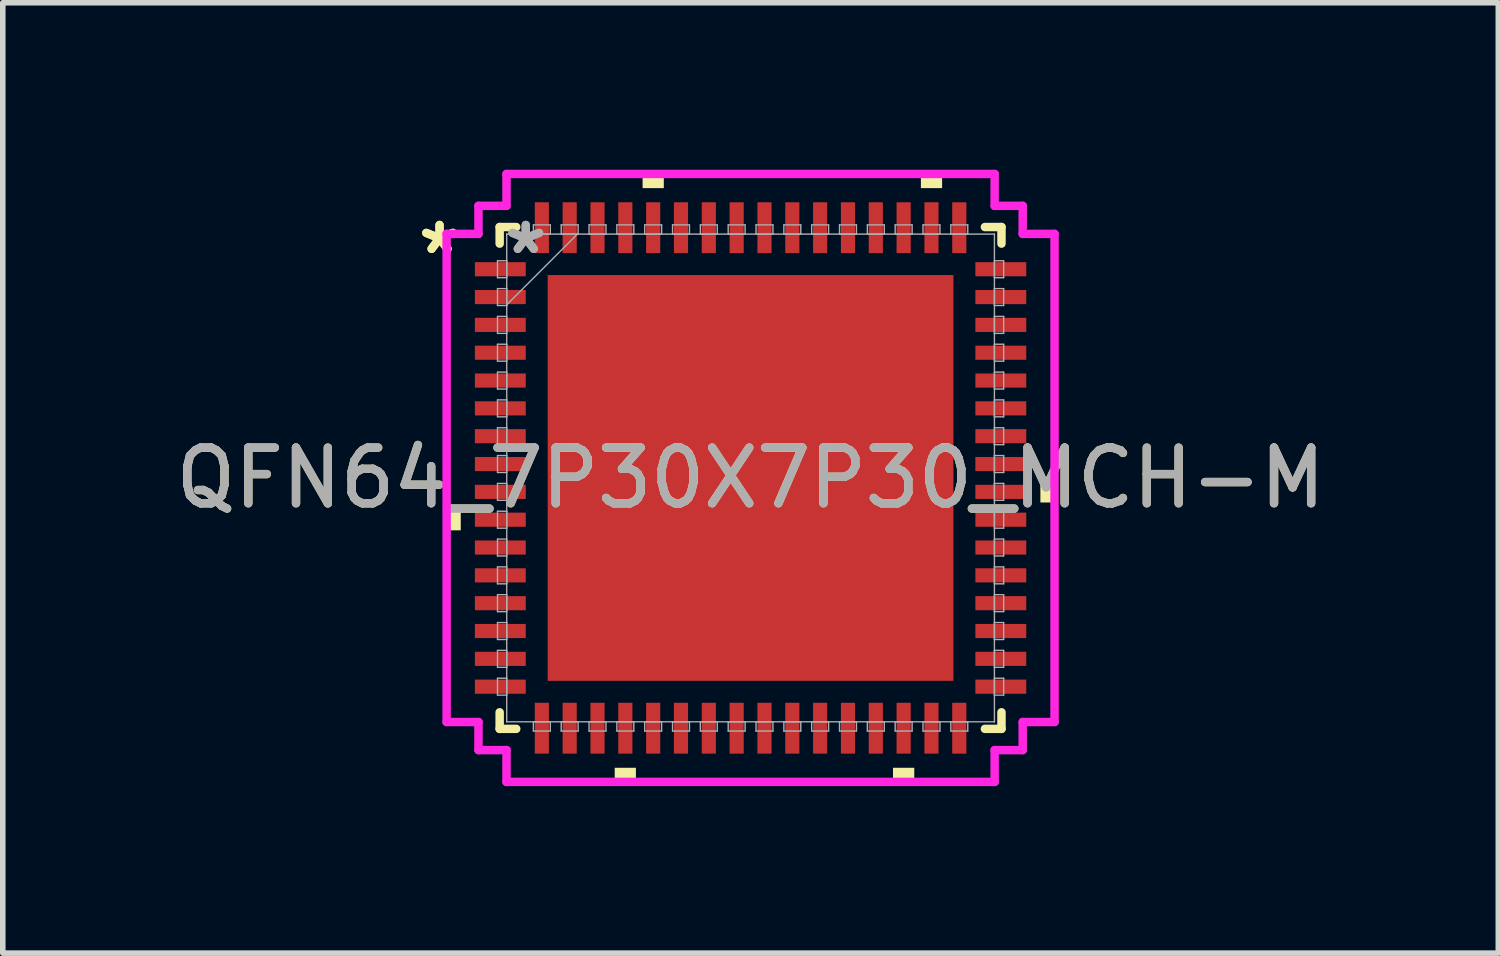
<source format=kicad_pcb>
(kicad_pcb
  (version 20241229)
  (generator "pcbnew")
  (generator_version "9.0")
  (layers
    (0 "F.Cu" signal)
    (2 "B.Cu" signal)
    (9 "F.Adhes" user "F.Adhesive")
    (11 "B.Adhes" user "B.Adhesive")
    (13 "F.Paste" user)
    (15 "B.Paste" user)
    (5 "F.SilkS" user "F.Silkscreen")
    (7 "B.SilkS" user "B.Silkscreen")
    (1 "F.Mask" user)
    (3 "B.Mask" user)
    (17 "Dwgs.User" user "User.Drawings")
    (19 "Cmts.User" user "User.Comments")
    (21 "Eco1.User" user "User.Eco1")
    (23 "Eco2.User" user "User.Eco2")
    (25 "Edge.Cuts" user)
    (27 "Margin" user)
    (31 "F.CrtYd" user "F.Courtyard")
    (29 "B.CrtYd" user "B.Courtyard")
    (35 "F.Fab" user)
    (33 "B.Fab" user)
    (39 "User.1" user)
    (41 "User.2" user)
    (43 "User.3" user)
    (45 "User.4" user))
  (footprint "QFN64_7P30X7P30_MCH-M"
    (layer "F.Cu")
    (at 10.435 5.537)
    (property "Reference" "QFN64_7P30X7P30_MCH-M" (at 0 0 0) (unlocked yes) (layer "F.SilkS") (effects (font (size 1 1) (thickness 0.15))))
    (attr smd)
    (fp_line (start -4.508 -4.508) (end -4.508 -4.21) (stroke (width 0.152) (type solid)) (layer "F.SilkS"))
    (fp_line (start -4.508 4.21) (end -4.508 4.508) (stroke (width 0.152) (type solid)) (layer "F.SilkS"))
    (fp_line (start -4.508 4.508) (end -4.21 4.508) (stroke (width 0.152) (type solid)) (layer "F.SilkS"))
    (fp_line (start -4.21 -4.508) (end -4.508 -4.508) (stroke (width 0.152) (type solid)) (layer "F.SilkS"))
    (fp_line (start 4.21 4.508) (end 4.508 4.508) (stroke (width 0.152) (type solid)) (layer "F.SilkS"))
    (fp_line (start 4.508 -4.508) (end 4.21 -4.508) (stroke (width 0.152) (type solid)) (layer "F.SilkS"))
    (fp_line (start 4.508 -4.21) (end 4.508 -4.508) (stroke (width 0.152) (type solid)) (layer "F.SilkS"))
    (fp_line (start 4.508 4.508) (end 4.508 4.21) (stroke (width 0.152) (type solid)) (layer "F.SilkS"))
    (fp_poly (pts (xy -5.461 0.56) (xy -5.461 0.941) (xy -5.207 0.941) (xy -5.207 0.56)) (stroke (width 0) (type solid)) (fill yes) (layer "F.SilkS"))
    (fp_poly (pts (xy -2.441 5.207) (xy -2.441 5.461) (xy -2.06 5.461) (xy -2.06 5.207)) (stroke (width 0) (type solid)) (fill yes) (layer "F.SilkS"))
    (fp_poly (pts (xy -1.94 -5.207) (xy -1.94 -5.461) (xy -1.559 -5.461) (xy -1.559 -5.207)) (stroke (width 0) (type solid)) (fill yes) (layer "F.SilkS"))
    (fp_poly (pts (xy 2.559 5.207) (xy 2.559 5.461) (xy 2.941 5.461) (xy 2.941 5.207)) (stroke (width 0) (type solid)) (fill yes) (layer "F.SilkS"))
    (fp_poly (pts (xy 3.06 -5.207) (xy 3.06 -5.461) (xy 3.441 -5.461) (xy 3.441 -5.207)) (stroke (width 0) (type solid)) (fill yes) (layer "F.SilkS"))
    (fp_poly (pts (xy 5.461 0.059) (xy 5.461 0.441) (xy 5.207 0.441) (xy 5.207 0.059)) (stroke (width 0) (type solid)) (fill yes) (layer "F.SilkS"))
    (fp_poly (pts (xy -3.545 -3.545) (xy -3.545 -2.287) (xy -2.287 -2.287) (xy -2.287 -3.545)) (stroke (width 0) (type solid)) (fill yes) (layer "F.Paste"))
    (fp_poly (pts (xy -3.545 -2.087) (xy -3.545 -0.829) (xy -2.287 -0.829) (xy -2.287 -2.087)) (stroke (width 0) (type solid)) (fill yes) (layer "F.Paste"))
    (fp_poly (pts (xy -3.545 -0.629) (xy -3.545 0.629) (xy -2.287 0.629) (xy -2.287 -0.629)) (stroke (width 0) (type solid)) (fill yes) (layer "F.Paste"))
    (fp_poly (pts (xy -3.545 0.829) (xy -3.545 2.087) (xy -2.287 2.087) (xy -2.287 0.829)) (stroke (width 0) (type solid)) (fill yes) (layer "F.Paste"))
    (fp_poly (pts (xy -3.545 2.287) (xy -3.545 3.545) (xy -2.287 3.545) (xy -2.287 2.287)) (stroke (width 0) (type solid)) (fill yes) (layer "F.Paste"))
    (fp_poly (pts (xy -2.087 -3.545) (xy -2.087 -2.287) (xy -0.829 -2.287) (xy -0.829 -3.545)) (stroke (width 0) (type solid)) (fill yes) (layer "F.Paste"))
    (fp_poly (pts (xy -2.087 -2.087) (xy -2.087 -0.829) (xy -0.829 -0.829) (xy -0.829 -2.087)) (stroke (width 0) (type solid)) (fill yes) (layer "F.Paste"))
    (fp_poly (pts (xy -2.087 -0.629) (xy -2.087 0.629) (xy -0.829 0.629) (xy -0.829 -0.629)) (stroke (width 0) (type solid)) (fill yes) (layer "F.Paste"))
    (fp_poly (pts (xy -2.087 0.829) (xy -2.087 2.087) (xy -0.829 2.087) (xy -0.829 0.829)) (stroke (width 0) (type solid)) (fill yes) (layer "F.Paste"))
    (fp_poly (pts (xy -2.087 2.287) (xy -2.087 3.545) (xy -0.829 3.545) (xy -0.829 2.287)) (stroke (width 0) (type solid)) (fill yes) (layer "F.Paste"))
    (fp_poly (pts (xy -0.629 -3.545) (xy -0.629 -2.287) (xy 0.629 -2.287) (xy 0.629 -3.545)) (stroke (width 0) (type solid)) (fill yes) (layer "F.Paste"))
    (fp_poly (pts (xy -0.629 -2.087) (xy -0.629 -0.829) (xy 0.629 -0.829) (xy 0.629 -2.087)) (stroke (width 0) (type solid)) (fill yes) (layer "F.Paste"))
    (fp_poly (pts (xy -0.629 -0.629) (xy -0.629 0.629) (xy 0.629 0.629) (xy 0.629 -0.629)) (stroke (width 0) (type solid)) (fill yes) (layer "F.Paste"))
    (fp_poly (pts (xy -0.629 0.829) (xy -0.629 2.087) (xy 0.629 2.087) (xy 0.629 0.829)) (stroke (width 0) (type solid)) (fill yes) (layer "F.Paste"))
    (fp_poly (pts (xy -0.629 2.287) (xy -0.629 3.545) (xy 0.629 3.545) (xy 0.629 2.287)) (stroke (width 0) (type solid)) (fill yes) (layer "F.Paste"))
    (fp_poly (pts (xy 0.829 -3.545) (xy 0.829 -2.287) (xy 2.087 -2.287) (xy 2.087 -3.545)) (stroke (width 0) (type solid)) (fill yes) (layer "F.Paste"))
    (fp_poly (pts (xy 0.829 -2.087) (xy 0.829 -0.829) (xy 2.087 -0.829) (xy 2.087 -2.087)) (stroke (width 0) (type solid)) (fill yes) (layer "F.Paste"))
    (fp_poly (pts (xy 0.829 -0.629) (xy 0.829 0.629) (xy 2.087 0.629) (xy 2.087 -0.629)) (stroke (width 0) (type solid)) (fill yes) (layer "F.Paste"))
    (fp_poly (pts (xy 0.829 0.829) (xy 0.829 2.087) (xy 2.087 2.087) (xy 2.087 0.829)) (stroke (width 0) (type solid)) (fill yes) (layer "F.Paste"))
    (fp_poly (pts (xy 0.829 2.287) (xy 0.829 3.545) (xy 2.087 3.545) (xy 2.087 2.287)) (stroke (width 0) (type solid)) (fill yes) (layer "F.Paste"))
    (fp_poly (pts (xy 2.287 -3.545) (xy 2.287 -2.287) (xy 3.545 -2.287) (xy 3.545 -3.545)) (stroke (width 0) (type solid)) (fill yes) (layer "F.Paste"))
    (fp_poly (pts (xy 2.287 -2.087) (xy 2.287 -0.829) (xy 3.545 -0.829) (xy 3.545 -2.087)) (stroke (width 0) (type solid)) (fill yes) (layer "F.Paste"))
    (fp_poly (pts (xy 2.287 -0.629) (xy 2.287 0.629) (xy 3.545 0.629) (xy 3.545 -0.629)) (stroke (width 0) (type solid)) (fill yes) (layer "F.Paste"))
    (fp_poly (pts (xy 2.287 0.829) (xy 2.287 2.087) (xy 3.545 2.087) (xy 3.545 0.829)) (stroke (width 0) (type solid)) (fill yes) (layer "F.Paste"))
    (fp_poly (pts (xy 2.287 2.287) (xy 2.287 3.545) (xy 3.545 3.545) (xy 3.545 2.287)) (stroke (width 0) (type solid)) (fill yes) (layer "F.Paste"))
    (fp_line (start -5.461 -4.385) (end -4.889 -4.385) (stroke (width 0.152) (type solid)) (layer "F.CrtYd"))
    (fp_line (start -5.461 4.385) (end -5.461 -4.385) (stroke (width 0.152) (type solid)) (layer "F.CrtYd"))
    (fp_line (start -4.889 -4.889) (end -4.385 -4.889) (stroke (width 0.152) (type solid)) (layer "F.CrtYd"))
    (fp_line (start -4.889 -4.385) (end -4.889 -4.889) (stroke (width 0.152) (type solid)) (layer "F.CrtYd"))
    (fp_line (start -4.889 4.385) (end -5.461 4.385) (stroke (width 0.152) (type solid)) (layer "F.CrtYd"))
    (fp_line (start -4.889 4.889) (end -4.889 4.385) (stroke (width 0.152) (type solid)) (layer "F.CrtYd"))
    (fp_line (start -4.385 -5.461) (end 4.385 -5.461) (stroke (width 0.152) (type solid)) (layer "F.CrtYd"))
    (fp_line (start -4.385 -4.889) (end -4.385 -5.461) (stroke (width 0.152) (type solid)) (layer "F.CrtYd"))
    (fp_line (start -4.385 4.889) (end -4.889 4.889) (stroke (width 0.152) (type solid)) (layer "F.CrtYd"))
    (fp_line (start -4.385 5.461) (end -4.385 4.889) (stroke (width 0.152) (type solid)) (layer "F.CrtYd"))
    (fp_line (start 4.385 -5.461) (end 4.385 -4.889) (stroke (width 0.152) (type solid)) (layer "F.CrtYd"))
    (fp_line (start 4.385 -4.889) (end 4.889 -4.889) (stroke (width 0.152) (type solid)) (layer "F.CrtYd"))
    (fp_line (start 4.385 4.889) (end 4.385 5.461) (stroke (width 0.152) (type solid)) (layer "F.CrtYd"))
    (fp_line (start 4.385 5.461) (end -4.385 5.461) (stroke (width 0.152) (type solid)) (layer "F.CrtYd"))
    (fp_line (start 4.889 -4.889) (end 4.889 -4.385) (stroke (width 0.152) (type solid)) (layer "F.CrtYd"))
    (fp_line (start 4.889 -4.385) (end 5.461 -4.385) (stroke (width 0.152) (type solid)) (layer "F.CrtYd"))
    (fp_line (start 4.889 4.385) (end 4.889 4.889) (stroke (width 0.152) (type solid)) (layer "F.CrtYd"))
    (fp_line (start 4.889 4.889) (end 4.385 4.889) (stroke (width 0.152) (type solid)) (layer "F.CrtYd"))
    (fp_line (start 5.461 -4.385) (end 5.461 4.385) (stroke (width 0.152) (type solid)) (layer "F.CrtYd"))
    (fp_line (start 5.461 4.385) (end 4.889 4.385) (stroke (width 0.152) (type solid)) (layer "F.CrtYd"))
    (fp_line (start -4.547 -3.902) (end -4.547 -3.598) (stroke (width 0.025) (type solid)) (layer "F.Fab"))
    (fp_line (start -4.547 -3.598) (end -4.381 -3.598) (stroke (width 0.025) (type solid)) (layer "F.Fab"))
    (fp_line (start -4.547 -3.402) (end -4.547 -3.098) (stroke (width 0.025) (type solid)) (layer "F.Fab"))
    (fp_line (start -4.547 -3.098) (end -4.381 -3.098) (stroke (width 0.025) (type solid)) (layer "F.Fab"))
    (fp_line (start -4.547 -2.902) (end -4.547 -2.598) (stroke (width 0.025) (type solid)) (layer "F.Fab"))
    (fp_line (start -4.547 -2.598) (end -4.381 -2.598) (stroke (width 0.025) (type solid)) (layer "F.Fab"))
    (fp_line (start -4.547 -2.402) (end -4.547 -2.098) (stroke (width 0.025) (type solid)) (layer "F.Fab"))
    (fp_line (start -4.547 -2.098) (end -4.381 -2.098) (stroke (width 0.025) (type solid)) (layer "F.Fab"))
    (fp_line (start -4.547 -1.902) (end -4.547 -1.598) (stroke (width 0.025) (type solid)) (layer "F.Fab"))
    (fp_line (start -4.547 -1.598) (end -4.381 -1.598) (stroke (width 0.025) (type solid)) (layer "F.Fab"))
    (fp_line (start -4.547 -1.402) (end -4.547 -1.098) (stroke (width 0.025) (type solid)) (layer "F.Fab"))
    (fp_line (start -4.547 -1.098) (end -4.381 -1.098) (stroke (width 0.025) (type solid)) (layer "F.Fab"))
    (fp_line (start -4.547 -0.902) (end -4.547 -0.598) (stroke (width 0.025) (type solid)) (layer "F.Fab"))
    (fp_line (start -4.547 -0.598) (end -4.381 -0.598) (stroke (width 0.025) (type solid)) (layer "F.Fab"))
    (fp_line (start -4.547 -0.402) (end -4.547 -0.098) (stroke (width 0.025) (type solid)) (layer "F.Fab"))
    (fp_line (start -4.547 -0.098) (end -4.381 -0.098) (stroke (width 0.025) (type solid)) (layer "F.Fab"))
    (fp_line (start -4.547 0.098) (end -4.547 0.402) (stroke (width 0.025) (type solid)) (layer "F.Fab"))
    (fp_line (start -4.547 0.402) (end -4.381 0.402) (stroke (width 0.025) (type solid)) (layer "F.Fab"))
    (fp_line (start -4.547 0.598) (end -4.547 0.902) (stroke (width 0.025) (type solid)) (layer "F.Fab"))
    (fp_line (start -4.547 0.902) (end -4.381 0.902) (stroke (width 0.025) (type solid)) (layer "F.Fab"))
    (fp_line (start -4.547 1.098) (end -4.547 1.402) (stroke (width 0.025) (type solid)) (layer "F.Fab"))
    (fp_line (start -4.547 1.402) (end -4.381 1.402) (stroke (width 0.025) (type solid)) (layer "F.Fab"))
    (fp_line (start -4.547 1.598) (end -4.547 1.902) (stroke (width 0.025) (type solid)) (layer "F.Fab"))
    (fp_line (start -4.547 1.902) (end -4.381 1.902) (stroke (width 0.025) (type solid)) (layer "F.Fab"))
    (fp_line (start -4.547 2.098) (end -4.547 2.402) (stroke (width 0.025) (type solid)) (layer "F.Fab"))
    (fp_line (start -4.547 2.402) (end -4.381 2.402) (stroke (width 0.025) (type solid)) (layer "F.Fab"))
    (fp_line (start -4.547 2.598) (end -4.547 2.902) (stroke (width 0.025) (type solid)) (layer "F.Fab"))
    (fp_line (start -4.547 2.902) (end -4.381 2.902) (stroke (width 0.025) (type solid)) (layer "F.Fab"))
    (fp_line (start -4.547 3.098) (end -4.547 3.402) (stroke (width 0.025) (type solid)) (layer "F.Fab"))
    (fp_line (start -4.547 3.402) (end -4.381 3.402) (stroke (width 0.025) (type solid)) (layer "F.Fab"))
    (fp_line (start -4.547 3.598) (end -4.547 3.902) (stroke (width 0.025) (type solid)) (layer "F.Fab"))
    (fp_line (start -4.547 3.902) (end -4.381 3.902) (stroke (width 0.025) (type solid)) (layer "F.Fab"))
    (fp_line (start -4.381 -4.381) (end -4.381 -4.381) (stroke (width 0.025) (type solid)) (layer "F.Fab"))
    (fp_line (start -4.381 -4.381) (end -4.381 4.381) (stroke (width 0.025) (type solid)) (layer "F.Fab"))
    (fp_line (start -4.381 -3.902) (end -4.547 -3.902) (stroke (width 0.025) (type solid)) (layer "F.Fab"))
    (fp_line (start -4.381 -3.598) (end -4.381 -3.902) (stroke (width 0.025) (type solid)) (layer "F.Fab"))
    (fp_line (start -4.381 -3.402) (end -4.547 -3.402) (stroke (width 0.025) (type solid)) (layer "F.Fab"))
    (fp_line (start -4.381 -3.111) (end -3.111 -4.381) (stroke (width 0.025) (type solid)) (layer "F.Fab"))
    (fp_line (start -4.381 -3.098) (end -4.381 -3.402) (stroke (width 0.025) (type solid)) (layer "F.Fab"))
    (fp_line (start -4.381 -2.902) (end -4.547 -2.902) (stroke (width 0.025) (type solid)) (layer "F.Fab"))
    (fp_line (start -4.381 -2.598) (end -4.381 -2.902) (stroke (width 0.025) (type solid)) (layer "F.Fab"))
    (fp_line (start -4.381 -2.402) (end -4.547 -2.402) (stroke (width 0.025) (type solid)) (layer "F.Fab"))
    (fp_line (start -4.381 -2.098) (end -4.381 -2.402) (stroke (width 0.025) (type solid)) (layer "F.Fab"))
    (fp_line (start -4.381 -1.902) (end -4.547 -1.902) (stroke (width 0.025) (type solid)) (layer "F.Fab"))
    (fp_line (start -4.381 -1.598) (end -4.381 -1.902) (stroke (width 0.025) (type solid)) (layer "F.Fab"))
    (fp_line (start -4.381 -1.402) (end -4.547 -1.402) (stroke (width 0.025) (type solid)) (layer "F.Fab"))
    (fp_line (start -4.381 -1.098) (end -4.381 -1.402) (stroke (width 0.025) (type solid)) (layer "F.Fab"))
    (fp_line (start -4.381 -0.902) (end -4.547 -0.902) (stroke (width 0.025) (type solid)) (layer "F.Fab"))
    (fp_line (start -4.381 -0.598) (end -4.381 -0.902) (stroke (width 0.025) (type solid)) (layer "F.Fab"))
    (fp_line (start -4.381 -0.402) (end -4.547 -0.402) (stroke (width 0.025) (type solid)) (layer "F.Fab"))
    (fp_line (start -4.381 -0.098) (end -4.381 -0.402) (stroke (width 0.025) (type solid)) (layer "F.Fab"))
    (fp_line (start -4.381 0.098) (end -4.547 0.098) (stroke (width 0.025) (type solid)) (layer "F.Fab"))
    (fp_line (start -4.381 0.402) (end -4.381 0.098) (stroke (width 0.025) (type solid)) (layer "F.Fab"))
    (fp_line (start -4.381 0.598) (end -4.547 0.598) (stroke (width 0.025) (type solid)) (layer "F.Fab"))
    (fp_line (start -4.381 0.902) (end -4.381 0.598) (stroke (width 0.025) (type solid)) (layer "F.Fab"))
    (fp_line (start -4.381 1.098) (end -4.547 1.098) (stroke (width 0.025) (type solid)) (layer "F.Fab"))
    (fp_line (start -4.381 1.402) (end -4.381 1.098) (stroke (width 0.025) (type solid)) (layer "F.Fab"))
    (fp_line (start -4.381 1.598) (end -4.547 1.598) (stroke (width 0.025) (type solid)) (layer "F.Fab"))
    (fp_line (start -4.381 1.902) (end -4.381 1.598) (stroke (width 0.025) (type solid)) (layer "F.Fab"))
    (fp_line (start -4.381 2.098) (end -4.547 2.098) (stroke (width 0.025) (type solid)) (layer "F.Fab"))
    (fp_line (start -4.381 2.402) (end -4.381 2.098) (stroke (width 0.025) (type solid)) (layer "F.Fab"))
    (fp_line (start -4.381 2.598) (end -4.547 2.598) (stroke (width 0.025) (type solid)) (layer "F.Fab"))
    (fp_line (start -4.381 2.902) (end -4.381 2.598) (stroke (width 0.025) (type solid)) (layer "F.Fab"))
    (fp_line (start -4.381 3.098) (end -4.547 3.098) (stroke (width 0.025) (type solid)) (layer "F.Fab"))
    (fp_line (start -4.381 3.402) (end -4.381 3.098) (stroke (width 0.025) (type solid)) (layer "F.Fab"))
    (fp_line (start -4.381 3.598) (end -4.547 3.598) (stroke (width 0.025) (type solid)) (layer "F.Fab"))
    (fp_line (start -4.381 3.902) (end -4.381 3.598) (stroke (width 0.025) (type solid)) (layer "F.Fab"))
    (fp_line (start -4.381 4.381) (end -4.381 4.381) (stroke (width 0.025) (type solid)) (layer "F.Fab"))
    (fp_line (start -4.381 4.381) (end 4.381 4.381) (stroke (width 0.025) (type solid)) (layer "F.Fab"))
    (fp_line (start -3.902 -4.547) (end -3.902 -4.381) (stroke (width 0.025) (type solid)) (layer "F.Fab"))
    (fp_line (start -3.902 -4.381) (end -3.598 -4.381) (stroke (width 0.025) (type solid)) (layer "F.Fab"))
    (fp_line (start -3.902 4.381) (end -3.902 4.547) (stroke (width 0.025) (type solid)) (layer "F.Fab"))
    (fp_line (start -3.902 4.547) (end -3.598 4.547) (stroke (width 0.025) (type solid)) (layer "F.Fab"))
    (fp_line (start -3.598 -4.547) (end -3.902 -4.547) (stroke (width 0.025) (type solid)) (layer "F.Fab"))
    (fp_line (start -3.598 -4.381) (end -3.598 -4.547) (stroke (width 0.025) (type solid)) (layer "F.Fab"))
    (fp_line (start -3.598 4.381) (end -3.902 4.381) (stroke (width 0.025) (type solid)) (layer "F.Fab"))
    (fp_line (start -3.598 4.547) (end -3.598 4.381) (stroke (width 0.025) (type solid)) (layer "F.Fab"))
    (fp_line (start -3.402 -4.547) (end -3.402 -4.381) (stroke (width 0.025) (type solid)) (layer "F.Fab"))
    (fp_line (start -3.402 -4.381) (end -3.098 -4.381) (stroke (width 0.025) (type solid)) (layer "F.Fab"))
    (fp_line (start -3.402 4.381) (end -3.402 4.547) (stroke (width 0.025) (type solid)) (layer "F.Fab"))
    (fp_line (start -3.402 4.547) (end -3.098 4.547) (stroke (width 0.025) (type solid)) (layer "F.Fab"))
    (fp_line (start -3.098 -4.547) (end -3.402 -4.547) (stroke (width 0.025) (type solid)) (layer "F.Fab"))
    (fp_line (start -3.098 -4.381) (end -3.098 -4.547) (stroke (width 0.025) (type solid)) (layer "F.Fab"))
    (fp_line (start -3.098 4.381) (end -3.402 4.381) (stroke (width 0.025) (type solid)) (layer "F.Fab"))
    (fp_line (start -3.098 4.547) (end -3.098 4.381) (stroke (width 0.025) (type solid)) (layer "F.Fab"))
    (fp_line (start -2.902 -4.547) (end -2.902 -4.381) (stroke (width 0.025) (type solid)) (layer "F.Fab"))
    (fp_line (start -2.902 -4.381) (end -2.598 -4.381) (stroke (width 0.025) (type solid)) (layer "F.Fab"))
    (fp_line (start -2.902 4.381) (end -2.902 4.547) (stroke (width 0.025) (type solid)) (layer "F.Fab"))
    (fp_line (start -2.902 4.547) (end -2.598 4.547) (stroke (width 0.025) (type solid)) (layer "F.Fab"))
    (fp_line (start -2.598 -4.547) (end -2.902 -4.547) (stroke (width 0.025) (type solid)) (layer "F.Fab"))
    (fp_line (start -2.598 -4.381) (end -2.598 -4.547) (stroke (width 0.025) (type solid)) (layer "F.Fab"))
    (fp_line (start -2.598 4.381) (end -2.902 4.381) (stroke (width 0.025) (type solid)) (layer "F.Fab"))
    (fp_line (start -2.598 4.547) (end -2.598 4.381) (stroke (width 0.025) (type solid)) (layer "F.Fab"))
    (fp_line (start -2.402 -4.547) (end -2.402 -4.381) (stroke (width 0.025) (type solid)) (layer "F.Fab"))
    (fp_line (start -2.402 -4.381) (end -2.098 -4.381) (stroke (width 0.025) (type solid)) (layer "F.Fab"))
    (fp_line (start -2.402 4.381) (end -2.402 4.547) (stroke (width 0.025) (type solid)) (layer "F.Fab"))
    (fp_line (start -2.402 4.547) (end -2.098 4.547) (stroke (width 0.025) (type solid)) (layer "F.Fab"))
    (fp_line (start -2.098 -4.547) (end -2.402 -4.547) (stroke (width 0.025) (type solid)) (layer "F.Fab"))
    (fp_line (start -2.098 -4.381) (end -2.098 -4.547) (stroke (width 0.025) (type solid)) (layer "F.Fab"))
    (fp_line (start -2.098 4.381) (end -2.402 4.381) (stroke (width 0.025) (type solid)) (layer "F.Fab"))
    (fp_line (start -2.098 4.547) (end -2.098 4.381) (stroke (width 0.025) (type solid)) (layer "F.Fab"))
    (fp_line (start -1.902 -4.547) (end -1.902 -4.381) (stroke (width 0.025) (type solid)) (layer "F.Fab"))
    (fp_line (start -1.902 -4.381) (end -1.598 -4.381) (stroke (width 0.025) (type solid)) (layer "F.Fab"))
    (fp_line (start -1.902 4.381) (end -1.902 4.547) (stroke (width 0.025) (type solid)) (layer "F.Fab"))
    (fp_line (start -1.902 4.547) (end -1.598 4.547) (stroke (width 0.025) (type solid)) (layer "F.Fab"))
    (fp_line (start -1.598 -4.547) (end -1.902 -4.547) (stroke (width 0.025) (type solid)) (layer "F.Fab"))
    (fp_line (start -1.598 -4.381) (end -1.598 -4.547) (stroke (width 0.025) (type solid)) (layer "F.Fab"))
    (fp_line (start -1.598 4.381) (end -1.902 4.381) (stroke (width 0.025) (type solid)) (layer "F.Fab"))
    (fp_line (start -1.598 4.547) (end -1.598 4.381) (stroke (width 0.025) (type solid)) (layer "F.Fab"))
    (fp_line (start -1.402 -4.547) (end -1.402 -4.381) (stroke (width 0.025) (type solid)) (layer "F.Fab"))
    (fp_line (start -1.402 -4.381) (end -1.098 -4.381) (stroke (width 0.025) (type solid)) (layer "F.Fab"))
    (fp_line (start -1.402 4.381) (end -1.402 4.547) (stroke (width 0.025) (type solid)) (layer "F.Fab"))
    (fp_line (start -1.402 4.547) (end -1.098 4.547) (stroke (width 0.025) (type solid)) (layer "F.Fab"))
    (fp_line (start -1.098 -4.547) (end -1.402 -4.547) (stroke (width 0.025) (type solid)) (layer "F.Fab"))
    (fp_line (start -1.098 -4.381) (end -1.098 -4.547) (stroke (width 0.025) (type solid)) (layer "F.Fab"))
    (fp_line (start -1.098 4.381) (end -1.402 4.381) (stroke (width 0.025) (type solid)) (layer "F.Fab"))
    (fp_line (start -1.098 4.547) (end -1.098 4.381) (stroke (width 0.025) (type solid)) (layer "F.Fab"))
    (fp_line (start -0.902 -4.547) (end -0.902 -4.381) (stroke (width 0.025) (type solid)) (layer "F.Fab"))
    (fp_line (start -0.902 -4.381) (end -0.598 -4.381) (stroke (width 0.025) (type solid)) (layer "F.Fab"))
    (fp_line (start -0.902 4.381) (end -0.902 4.547) (stroke (width 0.025) (type solid)) (layer "F.Fab"))
    (fp_line (start -0.902 4.547) (end -0.598 4.547) (stroke (width 0.025) (type solid)) (layer "F.Fab"))
    (fp_line (start -0.598 -4.547) (end -0.902 -4.547) (stroke (width 0.025) (type solid)) (layer "F.Fab"))
    (fp_line (start -0.598 -4.381) (end -0.598 -4.547) (stroke (width 0.025) (type solid)) (layer "F.Fab"))
    (fp_line (start -0.598 4.381) (end -0.902 4.381) (stroke (width 0.025) (type solid)) (layer "F.Fab"))
    (fp_line (start -0.598 4.547) (end -0.598 4.381) (stroke (width 0.025) (type solid)) (layer "F.Fab"))
    (fp_line (start -0.402 -4.547) (end -0.402 -4.381) (stroke (width 0.025) (type solid)) (layer "F.Fab"))
    (fp_line (start -0.402 -4.381) (end -0.098 -4.381) (stroke (width 0.025) (type solid)) (layer "F.Fab"))
    (fp_line (start -0.402 4.381) (end -0.402 4.547) (stroke (width 0.025) (type solid)) (layer "F.Fab"))
    (fp_line (start -0.402 4.547) (end -0.098 4.547) (stroke (width 0.025) (type solid)) (layer "F.Fab"))
    (fp_line (start -0.098 -4.547) (end -0.402 -4.547) (stroke (width 0.025) (type solid)) (layer "F.Fab"))
    (fp_line (start -0.098 -4.381) (end -0.098 -4.547) (stroke (width 0.025) (type solid)) (layer "F.Fab"))
    (fp_line (start -0.098 4.381) (end -0.402 4.381) (stroke (width 0.025) (type solid)) (layer "F.Fab"))
    (fp_line (start -0.098 4.547) (end -0.098 4.381) (stroke (width 0.025) (type solid)) (layer "F.Fab"))
    (fp_line (start 0.098 -4.547) (end 0.098 -4.381) (stroke (width 0.025) (type solid)) (layer "F.Fab"))
    (fp_line (start 0.098 -4.381) (end 0.402 -4.381) (stroke (width 0.025) (type solid)) (layer "F.Fab"))
    (fp_line (start 0.098 4.381) (end 0.098 4.547) (stroke (width 0.025) (type solid)) (layer "F.Fab"))
    (fp_line (start 0.098 4.547) (end 0.402 4.547) (stroke (width 0.025) (type solid)) (layer "F.Fab"))
    (fp_line (start 0.402 -4.547) (end 0.098 -4.547) (stroke (width 0.025) (type solid)) (layer "F.Fab"))
    (fp_line (start 0.402 -4.381) (end 0.402 -4.547) (stroke (width 0.025) (type solid)) (layer "F.Fab"))
    (fp_line (start 0.402 4.381) (end 0.098 4.381) (stroke (width 0.025) (type solid)) (layer "F.Fab"))
    (fp_line (start 0.402 4.547) (end 0.402 4.381) (stroke (width 0.025) (type solid)) (layer "F.Fab"))
    (fp_line (start 0.598 -4.547) (end 0.598 -4.381) (stroke (width 0.025) (type solid)) (layer "F.Fab"))
    (fp_line (start 0.598 -4.381) (end 0.902 -4.381) (stroke (width 0.025) (type solid)) (layer "F.Fab"))
    (fp_line (start 0.598 4.381) (end 0.598 4.547) (stroke (width 0.025) (type solid)) (layer "F.Fab"))
    (fp_line (start 0.598 4.547) (end 0.902 4.547) (stroke (width 0.025) (type solid)) (layer "F.Fab"))
    (fp_line (start 0.902 -4.547) (end 0.598 -4.547) (stroke (width 0.025) (type solid)) (layer "F.Fab"))
    (fp_line (start 0.902 -4.381) (end 0.902 -4.547) (stroke (width 0.025) (type solid)) (layer "F.Fab"))
    (fp_line (start 0.902 4.381) (end 0.598 4.381) (stroke (width 0.025) (type solid)) (layer "F.Fab"))
    (fp_line (start 0.902 4.547) (end 0.902 4.381) (stroke (width 0.025) (type solid)) (layer "F.Fab"))
    (fp_line (start 1.098 -4.547) (end 1.098 -4.381) (stroke (width 0.025) (type solid)) (layer "F.Fab"))
    (fp_line (start 1.098 -4.381) (end 1.402 -4.381) (stroke (width 0.025) (type solid)) (layer "F.Fab"))
    (fp_line (start 1.098 4.381) (end 1.098 4.547) (stroke (width 0.025) (type solid)) (layer "F.Fab"))
    (fp_line (start 1.098 4.547) (end 1.402 4.547) (stroke (width 0.025) (type solid)) (layer "F.Fab"))
    (fp_line (start 1.402 -4.547) (end 1.098 -4.547) (stroke (width 0.025) (type solid)) (layer "F.Fab"))
    (fp_line (start 1.402 -4.381) (end 1.402 -4.547) (stroke (width 0.025) (type solid)) (layer "F.Fab"))
    (fp_line (start 1.402 4.381) (end 1.098 4.381) (stroke (width 0.025) (type solid)) (layer "F.Fab"))
    (fp_line (start 1.402 4.547) (end 1.402 4.381) (stroke (width 0.025) (type solid)) (layer "F.Fab"))
    (fp_line (start 1.598 -4.547) (end 1.598 -4.381) (stroke (width 0.025) (type solid)) (layer "F.Fab"))
    (fp_line (start 1.598 -4.381) (end 1.902 -4.381) (stroke (width 0.025) (type solid)) (layer "F.Fab"))
    (fp_line (start 1.598 4.381) (end 1.598 4.547) (stroke (width 0.025) (type solid)) (layer "F.Fab"))
    (fp_line (start 1.598 4.547) (end 1.902 4.547) (stroke (width 0.025) (type solid)) (layer "F.Fab"))
    (fp_line (start 1.902 -4.547) (end 1.598 -4.547) (stroke (width 0.025) (type solid)) (layer "F.Fab"))
    (fp_line (start 1.902 -4.381) (end 1.902 -4.547) (stroke (width 0.025) (type solid)) (layer "F.Fab"))
    (fp_line (start 1.902 4.381) (end 1.598 4.381) (stroke (width 0.025) (type solid)) (layer "F.Fab"))
    (fp_line (start 1.902 4.547) (end 1.902 4.381) (stroke (width 0.025) (type solid)) (layer "F.Fab"))
    (fp_line (start 2.098 -4.547) (end 2.098 -4.381) (stroke (width 0.025) (type solid)) (layer "F.Fab"))
    (fp_line (start 2.098 -4.381) (end 2.402 -4.381) (stroke (width 0.025) (type solid)) (layer "F.Fab"))
    (fp_line (start 2.098 4.381) (end 2.098 4.547) (stroke (width 0.025) (type solid)) (layer "F.Fab"))
    (fp_line (start 2.098 4.547) (end 2.402 4.547) (stroke (width 0.025) (type solid)) (layer "F.Fab"))
    (fp_line (start 2.402 -4.547) (end 2.098 -4.547) (stroke (width 0.025) (type solid)) (layer "F.Fab"))
    (fp_line (start 2.402 -4.381) (end 2.402 -4.547) (stroke (width 0.025) (type solid)) (layer "F.Fab"))
    (fp_line (start 2.402 4.381) (end 2.098 4.381) (stroke (width 0.025) (type solid)) (layer "F.Fab"))
    (fp_line (start 2.402 4.547) (end 2.402 4.381) (stroke (width 0.025) (type solid)) (layer "F.Fab"))
    (fp_line (start 2.598 -4.547) (end 2.598 -4.381) (stroke (width 0.025) (type solid)) (layer "F.Fab"))
    (fp_line (start 2.598 -4.381) (end 2.902 -4.381) (stroke (width 0.025) (type solid)) (layer "F.Fab"))
    (fp_line (start 2.598 4.381) (end 2.598 4.547) (stroke (width 0.025) (type solid)) (layer "F.Fab"))
    (fp_line (start 2.598 4.547) (end 2.902 4.547) (stroke (width 0.025) (type solid)) (layer "F.Fab"))
    (fp_line (start 2.902 -4.547) (end 2.598 -4.547) (stroke (width 0.025) (type solid)) (layer "F.Fab"))
    (fp_line (start 2.902 -4.381) (end 2.902 -4.547) (stroke (width 0.025) (type solid)) (layer "F.Fab"))
    (fp_line (start 2.902 4.381) (end 2.598 4.381) (stroke (width 0.025) (type solid)) (layer "F.Fab"))
    (fp_line (start 2.902 4.547) (end 2.902 4.381) (stroke (width 0.025) (type solid)) (layer "F.Fab"))
    (fp_line (start 3.098 -4.547) (end 3.098 -4.381) (stroke (width 0.025) (type solid)) (layer "F.Fab"))
    (fp_line (start 3.098 -4.381) (end 3.402 -4.381) (stroke (width 0.025) (type solid)) (layer "F.Fab"))
    (fp_line (start 3.098 4.381) (end 3.098 4.547) (stroke (width 0.025) (type solid)) (layer "F.Fab"))
    (fp_line (start 3.098 4.547) (end 3.402 4.547) (stroke (width 0.025) (type solid)) (layer "F.Fab"))
    (fp_line (start 3.402 -4.547) (end 3.098 -4.547) (stroke (width 0.025) (type solid)) (layer "F.Fab"))
    (fp_line (start 3.402 -4.381) (end 3.402 -4.547) (stroke (width 0.025) (type solid)) (layer "F.Fab"))
    (fp_line (start 3.402 4.381) (end 3.098 4.381) (stroke (width 0.025) (type solid)) (layer "F.Fab"))
    (fp_line (start 3.402 4.547) (end 3.402 4.381) (stroke (width 0.025) (type solid)) (layer "F.Fab"))
    (fp_line (start 3.598 -4.547) (end 3.598 -4.381) (stroke (width 0.025) (type solid)) (layer "F.Fab"))
    (fp_line (start 3.598 -4.381) (end 3.902 -4.381) (stroke (width 0.025) (type solid)) (layer "F.Fab"))
    (fp_line (start 3.598 4.381) (end 3.598 4.547) (stroke (width 0.025) (type solid)) (layer "F.Fab"))
    (fp_line (start 3.598 4.547) (end 3.902 4.547) (stroke (width 0.025) (type solid)) (layer "F.Fab"))
    (fp_line (start 3.902 -4.547) (end 3.598 -4.547) (stroke (width 0.025) (type solid)) (layer "F.Fab"))
    (fp_line (start 3.902 -4.381) (end 3.902 -4.547) (stroke (width 0.025) (type solid)) (layer "F.Fab"))
    (fp_line (start 3.902 4.381) (end 3.598 4.381) (stroke (width 0.025) (type solid)) (layer "F.Fab"))
    (fp_line (start 3.902 4.547) (end 3.902 4.381) (stroke (width 0.025) (type solid)) (layer "F.Fab"))
    (fp_line (start 4.381 -4.381) (end -4.381 -4.381) (stroke (width 0.025) (type solid)) (layer "F.Fab"))
    (fp_line (start 4.381 -4.381) (end 4.381 -4.381) (stroke (width 0.025) (type solid)) (layer "F.Fab"))
    (fp_line (start 4.381 -3.902) (end 4.381 -3.598) (stroke (width 0.025) (type solid)) (layer "F.Fab"))
    (fp_line (start 4.381 -3.598) (end 4.547 -3.598) (stroke (width 0.025) (type solid)) (layer "F.Fab"))
    (fp_line (start 4.381 -3.402) (end 4.381 -3.098) (stroke (width 0.025) (type solid)) (layer "F.Fab"))
    (fp_line (start 4.381 -3.098) (end 4.547 -3.098) (stroke (width 0.025) (type solid)) (layer "F.Fab"))
    (fp_line (start 4.381 -2.902) (end 4.381 -2.598) (stroke (width 0.025) (type solid)) (layer "F.Fab"))
    (fp_line (start 4.381 -2.598) (end 4.547 -2.598) (stroke (width 0.025) (type solid)) (layer "F.Fab"))
    (fp_line (start 4.381 -2.402) (end 4.381 -2.098) (stroke (width 0.025) (type solid)) (layer "F.Fab"))
    (fp_line (start 4.381 -2.098) (end 4.547 -2.098) (stroke (width 0.025) (type solid)) (layer "F.Fab"))
    (fp_line (start 4.381 -1.902) (end 4.381 -1.598) (stroke (width 0.025) (type solid)) (layer "F.Fab"))
    (fp_line (start 4.381 -1.598) (end 4.547 -1.598) (stroke (width 0.025) (type solid)) (layer "F.Fab"))
    (fp_line (start 4.381 -1.402) (end 4.381 -1.098) (stroke (width 0.025) (type solid)) (layer "F.Fab"))
    (fp_line (start 4.381 -1.098) (end 4.547 -1.098) (stroke (width 0.025) (type solid)) (layer "F.Fab"))
    (fp_line (start 4.381 -0.902) (end 4.381 -0.598) (stroke (width 0.025) (type solid)) (layer "F.Fab"))
    (fp_line (start 4.381 -0.598) (end 4.547 -0.598) (stroke (width 0.025) (type solid)) (layer "F.Fab"))
    (fp_line (start 4.381 -0.402) (end 4.381 -0.098) (stroke (width 0.025) (type solid)) (layer "F.Fab"))
    (fp_line (start 4.381 -0.098) (end 4.547 -0.098) (stroke (width 0.025) (type solid)) (layer "F.Fab"))
    (fp_line (start 4.381 0.098) (end 4.381 0.402) (stroke (width 0.025) (type solid)) (layer "F.Fab"))
    (fp_line (start 4.381 0.402) (end 4.547 0.402) (stroke (width 0.025) (type solid)) (layer "F.Fab"))
    (fp_line (start 4.381 0.598) (end 4.381 0.902) (stroke (width 0.025) (type solid)) (layer "F.Fab"))
    (fp_line (start 4.381 0.902) (end 4.547 0.902) (stroke (width 0.025) (type solid)) (layer "F.Fab"))
    (fp_line (start 4.381 1.098) (end 4.381 1.402) (stroke (width 0.025) (type solid)) (layer "F.Fab"))
    (fp_line (start 4.381 1.402) (end 4.547 1.402) (stroke (width 0.025) (type solid)) (layer "F.Fab"))
    (fp_line (start 4.381 1.598) (end 4.381 1.902) (stroke (width 0.025) (type solid)) (layer "F.Fab"))
    (fp_line (start 4.381 1.902) (end 4.547 1.902) (stroke (width 0.025) (type solid)) (layer "F.Fab"))
    (fp_line (start 4.381 2.098) (end 4.381 2.402) (stroke (width 0.025) (type solid)) (layer "F.Fab"))
    (fp_line (start 4.381 2.402) (end 4.547 2.402) (stroke (width 0.025) (type solid)) (layer "F.Fab"))
    (fp_line (start 4.381 2.598) (end 4.381 2.902) (stroke (width 0.025) (type solid)) (layer "F.Fab"))
    (fp_line (start 4.381 2.902) (end 4.547 2.902) (stroke (width 0.025) (type solid)) (layer "F.Fab"))
    (fp_line (start 4.381 3.098) (end 4.381 3.402) (stroke (width 0.025) (type solid)) (layer "F.Fab"))
    (fp_line (start 4.381 3.402) (end 4.547 3.402) (stroke (width 0.025) (type solid)) (layer "F.Fab"))
    (fp_line (start 4.381 3.598) (end 4.381 3.902) (stroke (width 0.025) (type solid)) (layer "F.Fab"))
    (fp_line (start 4.381 3.902) (end 4.547 3.902) (stroke (width 0.025) (type solid)) (layer "F.Fab"))
    (fp_line (start 4.381 4.381) (end 4.381 -4.381) (stroke (width 0.025) (type solid)) (layer "F.Fab"))
    (fp_line (start 4.381 4.381) (end 4.381 4.381) (stroke (width 0.025) (type solid)) (layer "F.Fab"))
    (fp_line (start 4.547 -3.902) (end 4.381 -3.902) (stroke (width 0.025) (type solid)) (layer "F.Fab"))
    (fp_line (start 4.547 -3.598) (end 4.547 -3.902) (stroke (width 0.025) (type solid)) (layer "F.Fab"))
    (fp_line (start 4.547 -3.402) (end 4.381 -3.402) (stroke (width 0.025) (type solid)) (layer "F.Fab"))
    (fp_line (start 4.547 -3.098) (end 4.547 -3.402) (stroke (width 0.025) (type solid)) (layer "F.Fab"))
    (fp_line (start 4.547 -2.902) (end 4.381 -2.902) (stroke (width 0.025) (type solid)) (layer "F.Fab"))
    (fp_line (start 4.547 -2.598) (end 4.547 -2.902) (stroke (width 0.025) (type solid)) (layer "F.Fab"))
    (fp_line (start 4.547 -2.402) (end 4.381 -2.402) (stroke (width 0.025) (type solid)) (layer "F.Fab"))
    (fp_line (start 4.547 -2.098) (end 4.547 -2.402) (stroke (width 0.025) (type solid)) (layer "F.Fab"))
    (fp_line (start 4.547 -1.902) (end 4.381 -1.902) (stroke (width 0.025) (type solid)) (layer "F.Fab"))
    (fp_line (start 4.547 -1.598) (end 4.547 -1.902) (stroke (width 0.025) (type solid)) (layer "F.Fab"))
    (fp_line (start 4.547 -1.402) (end 4.381 -1.402) (stroke (width 0.025) (type solid)) (layer "F.Fab"))
    (fp_line (start 4.547 -1.098) (end 4.547 -1.402) (stroke (width 0.025) (type solid)) (layer "F.Fab"))
    (fp_line (start 4.547 -0.902) (end 4.381 -0.902) (stroke (width 0.025) (type solid)) (layer "F.Fab"))
    (fp_line (start 4.547 -0.598) (end 4.547 -0.902) (stroke (width 0.025) (type solid)) (layer "F.Fab"))
    (fp_line (start 4.547 -0.402) (end 4.381 -0.402) (stroke (width 0.025) (type solid)) (layer "F.Fab"))
    (fp_line (start 4.547 -0.098) (end 4.547 -0.402) (stroke (width 0.025) (type solid)) (layer "F.Fab"))
    (fp_line (start 4.547 0.098) (end 4.381 0.098) (stroke (width 0.025) (type solid)) (layer "F.Fab"))
    (fp_line (start 4.547 0.402) (end 4.547 0.098) (stroke (width 0.025) (type solid)) (layer "F.Fab"))
    (fp_line (start 4.547 0.598) (end 4.381 0.598) (stroke (width 0.025) (type solid)) (layer "F.Fab"))
    (fp_line (start 4.547 0.902) (end 4.547 0.598) (stroke (width 0.025) (type solid)) (layer "F.Fab"))
    (fp_line (start 4.547 1.098) (end 4.381 1.098) (stroke (width 0.025) (type solid)) (layer "F.Fab"))
    (fp_line (start 4.547 1.402) (end 4.547 1.098) (stroke (width 0.025) (type solid)) (layer "F.Fab"))
    (fp_line (start 4.547 1.598) (end 4.381 1.598) (stroke (width 0.025) (type solid)) (layer "F.Fab"))
    (fp_line (start 4.547 1.902) (end 4.547 1.598) (stroke (width 0.025) (type solid)) (layer "F.Fab"))
    (fp_line (start 4.547 2.098) (end 4.381 2.098) (stroke (width 0.025) (type solid)) (layer "F.Fab"))
    (fp_line (start 4.547 2.402) (end 4.547 2.098) (stroke (width 0.025) (type solid)) (layer "F.Fab"))
    (fp_line (start 4.547 2.598) (end 4.381 2.598) (stroke (width 0.025) (type solid)) (layer "F.Fab"))
    (fp_line (start 4.547 2.902) (end 4.547 2.598) (stroke (width 0.025) (type solid)) (layer "F.Fab"))
    (fp_line (start 4.547 3.098) (end 4.381 3.098) (stroke (width 0.025) (type solid)) (layer "F.Fab"))
    (fp_line (start 4.547 3.402) (end 4.547 3.098) (stroke (width 0.025) (type solid)) (layer "F.Fab"))
    (fp_line (start 4.547 3.598) (end 4.381 3.598) (stroke (width 0.025) (type solid)) (layer "F.Fab"))
    (fp_line (start 4.547 3.902) (end 4.547 3.598) (stroke (width 0.025) (type solid)) (layer "F.Fab"))
    (fp_text user "*" (at -5.588 -4 0) (unlocked yes) (layer "F.SilkS") (effects (font (size 1 1) (thickness 0.15))))
    (fp_text user "*" (at -5.588 -4 0) (layer "F.SilkS") (effects (font (size 1 1) (thickness 0.15))))
    (fp_text user "*" (at -4.039 -4 0) (layer "F.Fab") (effects (font (size 1 1) (thickness 0.15))))
    (fp_text user "*" (at -4.039 -4 0) (unlocked yes) (layer "F.Fab") (effects (font (size 1 1) (thickness 0.15))))
    (fp_text user "${REFERENCE}" (at 0 0 0) (unlocked yes) (layer "F.Fab") (effects (font (size 1 1) (thickness 0.15))))
    (pad "1" smd rect (at -4.496 -3.75 90) (size 0.254 0.914) (layers "F.Cu" "F.Mask" "F.Paste"))
    (pad "2" smd rect (at -4.496 -3.25 90) (size 0.254 0.914) (layers "F.Cu" "F.Mask" "F.Paste"))
    (pad "3" smd rect (at -4.496 -2.75 90) (size 0.254 0.914) (layers "F.Cu" "F.Mask" "F.Paste"))
    (pad "4" smd rect (at -4.496 -2.25 90) (size 0.254 0.914) (layers "F.Cu" "F.Mask" "F.Paste"))
    (pad "5" smd rect (at -4.496 -1.75 90) (size 0.254 0.914) (layers "F.Cu" "F.Mask" "F.Paste"))
    (pad "6" smd rect (at -4.496 -1.25 90) (size 0.254 0.914) (layers "F.Cu" "F.Mask" "F.Paste"))
    (pad "7" smd rect (at -4.496 -0.75 90) (size 0.254 0.914) (layers "F.Cu" "F.Mask" "F.Paste"))
    (pad "8" smd rect (at -4.496 -0.25 90) (size 0.254 0.914) (layers "F.Cu" "F.Mask" "F.Paste"))
    (pad "9" smd rect (at -4.496 0.25 90) (size 0.254 0.914) (layers "F.Cu" "F.Mask" "F.Paste"))
    (pad "10" smd rect (at -4.496 0.75 90) (size 0.254 0.914) (layers "F.Cu" "F.Mask" "F.Paste"))
    (pad "11" smd rect (at -4.496 1.25 90) (size 0.254 0.914) (layers "F.Cu" "F.Mask" "F.Paste"))
    (pad "12" smd rect (at -4.496 1.75 90) (size 0.254 0.914) (layers "F.Cu" "F.Mask" "F.Paste"))
    (pad "13" smd rect (at -4.496 2.25 90) (size 0.254 0.914) (layers "F.Cu" "F.Mask" "F.Paste"))
    (pad "14" smd rect (at -4.496 2.75 90) (size 0.254 0.914) (layers "F.Cu" "F.Mask" "F.Paste"))
    (pad "15" smd rect (at -4.496 3.25 90) (size 0.254 0.914) (layers "F.Cu" "F.Mask" "F.Paste"))
    (pad "16" smd rect (at -4.496 3.75 90) (size 0.254 0.914) (layers "F.Cu" "F.Mask" "F.Paste"))
    (pad "17" smd rect (at -3.75 4.496) (size 0.254 0.914) (layers "F.Cu" "F.Mask" "F.Paste"))
    (pad "18" smd rect (at -3.25 4.496) (size 0.254 0.914) (layers "F.Cu" "F.Mask" "F.Paste"))
    (pad "19" smd rect (at -2.75 4.496) (size 0.254 0.914) (layers "F.Cu" "F.Mask" "F.Paste"))
    (pad "20" smd rect (at -2.25 4.496) (size 0.254 0.914) (layers "F.Cu" "F.Mask" "F.Paste"))
    (pad "21" smd rect (at -1.75 4.496) (size 0.254 0.914) (layers "F.Cu" "F.Mask" "F.Paste"))
    (pad "22" smd rect (at -1.25 4.496) (size 0.254 0.914) (layers "F.Cu" "F.Mask" "F.Paste"))
    (pad "23" smd rect (at -0.75 4.496) (size 0.254 0.914) (layers "F.Cu" "F.Mask" "F.Paste"))
    (pad "24" smd rect (at -0.25 4.496) (size 0.254 0.914) (layers "F.Cu" "F.Mask" "F.Paste"))
    (pad "25" smd rect (at 0.25 4.496) (size 0.254 0.914) (layers "F.Cu" "F.Mask" "F.Paste"))
    (pad "26" smd rect (at 0.75 4.496) (size 0.254 0.914) (layers "F.Cu" "F.Mask" "F.Paste"))
    (pad "27" smd rect (at 1.25 4.496) (size 0.254 0.914) (layers "F.Cu" "F.Mask" "F.Paste"))
    (pad "28" smd rect (at 1.75 4.496) (size 0.254 0.914) (layers "F.Cu" "F.Mask" "F.Paste"))
    (pad "29" smd rect (at 2.25 4.496) (size 0.254 0.914) (layers "F.Cu" "F.Mask" "F.Paste"))
    (pad "30" smd rect (at 2.75 4.496) (size 0.254 0.914) (layers "F.Cu" "F.Mask" "F.Paste"))
    (pad "31" smd rect (at 3.25 4.496) (size 0.254 0.914) (layers "F.Cu" "F.Mask" "F.Paste"))
    (pad "32" smd rect (at 3.75 4.496) (size 0.254 0.914) (layers "F.Cu" "F.Mask" "F.Paste"))
    (pad "33" smd rect (at 4.496 3.75 90) (size 0.254 0.914) (layers "F.Cu" "F.Mask" "F.Paste"))
    (pad "34" smd rect (at 4.496 3.25 90) (size 0.254 0.914) (layers "F.Cu" "F.Mask" "F.Paste"))
    (pad "35" smd rect (at 4.496 2.75 90) (size 0.254 0.914) (layers "F.Cu" "F.Mask" "F.Paste"))
    (pad "36" smd rect (at 4.496 2.25 90) (size 0.254 0.914) (layers "F.Cu" "F.Mask" "F.Paste"))
    (pad "37" smd rect (at 4.496 1.75 90) (size 0.254 0.914) (layers "F.Cu" "F.Mask" "F.Paste"))
    (pad "38" smd rect (at 4.496 1.25 90) (size 0.254 0.914) (layers "F.Cu" "F.Mask" "F.Paste"))
    (pad "39" smd rect (at 4.496 0.75 90) (size 0.254 0.914) (layers "F.Cu" "F.Mask" "F.Paste"))
    (pad "40" smd rect (at 4.496 0.25 90) (size 0.254 0.914) (layers "F.Cu" "F.Mask" "F.Paste"))
    (pad "41" smd rect (at 4.496 -0.25 90) (size 0.254 0.914) (layers "F.Cu" "F.Mask" "F.Paste"))
    (pad "42" smd rect (at 4.496 -0.75 90) (size 0.254 0.914) (layers "F.Cu" "F.Mask" "F.Paste"))
    (pad "43" smd rect (at 4.496 -1.25 90) (size 0.254 0.914) (layers "F.Cu" "F.Mask" "F.Paste"))
    (pad "44" smd rect (at 4.496 -1.75 90) (size 0.254 0.914) (layers "F.Cu" "F.Mask" "F.Paste"))
    (pad "45" smd rect (at 4.496 -2.25 90) (size 0.254 0.914) (layers "F.Cu" "F.Mask" "F.Paste"))
    (pad "46" smd rect (at 4.496 -2.75 90) (size 0.254 0.914) (layers "F.Cu" "F.Mask" "F.Paste"))
    (pad "47" smd rect (at 4.496 -3.25 90) (size 0.254 0.914) (layers "F.Cu" "F.Mask" "F.Paste"))
    (pad "48" smd rect (at 4.496 -3.75 90) (size 0.254 0.914) (layers "F.Cu" "F.Mask" "F.Paste"))
    (pad "49" smd rect (at 3.75 -4.496) (size 0.254 0.914) (layers "F.Cu" "F.Mask" "F.Paste"))
    (pad "50" smd rect (at 3.25 -4.496) (size 0.254 0.914) (layers "F.Cu" "F.Mask" "F.Paste"))
    (pad "51" smd rect (at 2.75 -4.496) (size 0.254 0.914) (layers "F.Cu" "F.Mask" "F.Paste"))
    (pad "52" smd rect (at 2.25 -4.496) (size 0.254 0.914) (layers "F.Cu" "F.Mask" "F.Paste"))
    (pad "53" smd rect (at 1.75 -4.496) (size 0.254 0.914) (layers "F.Cu" "F.Mask" "F.Paste"))
    (pad "54" smd rect (at 1.25 -4.496) (size 0.254 0.914) (layers "F.Cu" "F.Mask" "F.Paste"))
    (pad "55" smd rect (at 0.75 -4.496) (size 0.254 0.914) (layers "F.Cu" "F.Mask" "F.Paste"))
    (pad "56" smd rect (at 0.25 -4.496) (size 0.254 0.914) (layers "F.Cu" "F.Mask" "F.Paste"))
    (pad "57" smd rect (at -0.25 -4.496) (size 0.254 0.914) (layers "F.Cu" "F.Mask" "F.Paste"))
    (pad "58" smd rect (at -0.75 -4.496) (size 0.254 0.914) (layers "F.Cu" "F.Mask" "F.Paste"))
    (pad "59" smd rect (at -1.25 -4.496) (size 0.254 0.914) (layers "F.Cu" "F.Mask" "F.Paste"))
    (pad "60" smd rect (at -1.75 -4.496) (size 0.254 0.914) (layers "F.Cu" "F.Mask" "F.Paste"))
    (pad "61" smd rect (at -2.25 -4.496) (size 0.254 0.914) (layers "F.Cu" "F.Mask" "F.Paste"))
    (pad "62" smd rect (at -2.75 -4.496) (size 0.254 0.914) (layers "F.Cu" "F.Mask" "F.Paste"))
    (pad "63" smd rect (at -3.25 -4.496) (size 0.254 0.914) (layers "F.Cu" "F.Mask" "F.Paste"))
    (pad "64" smd rect (at -3.75 -4.496) (size 0.254 0.914) (layers "F.Cu" "F.Mask" "F.Paste"))
    (pad "65" smd rect (at 0 0) (size 7.29 7.29) (layers "F.Cu" "F.Mask" "F.Paste")))
  (gr_rect
    (start -3 -3)
    (end 23.869 14.074)
    (stroke (width 0.1) (type default))
    (fill no)
    (layer "Edge.Cuts")))
</source>
